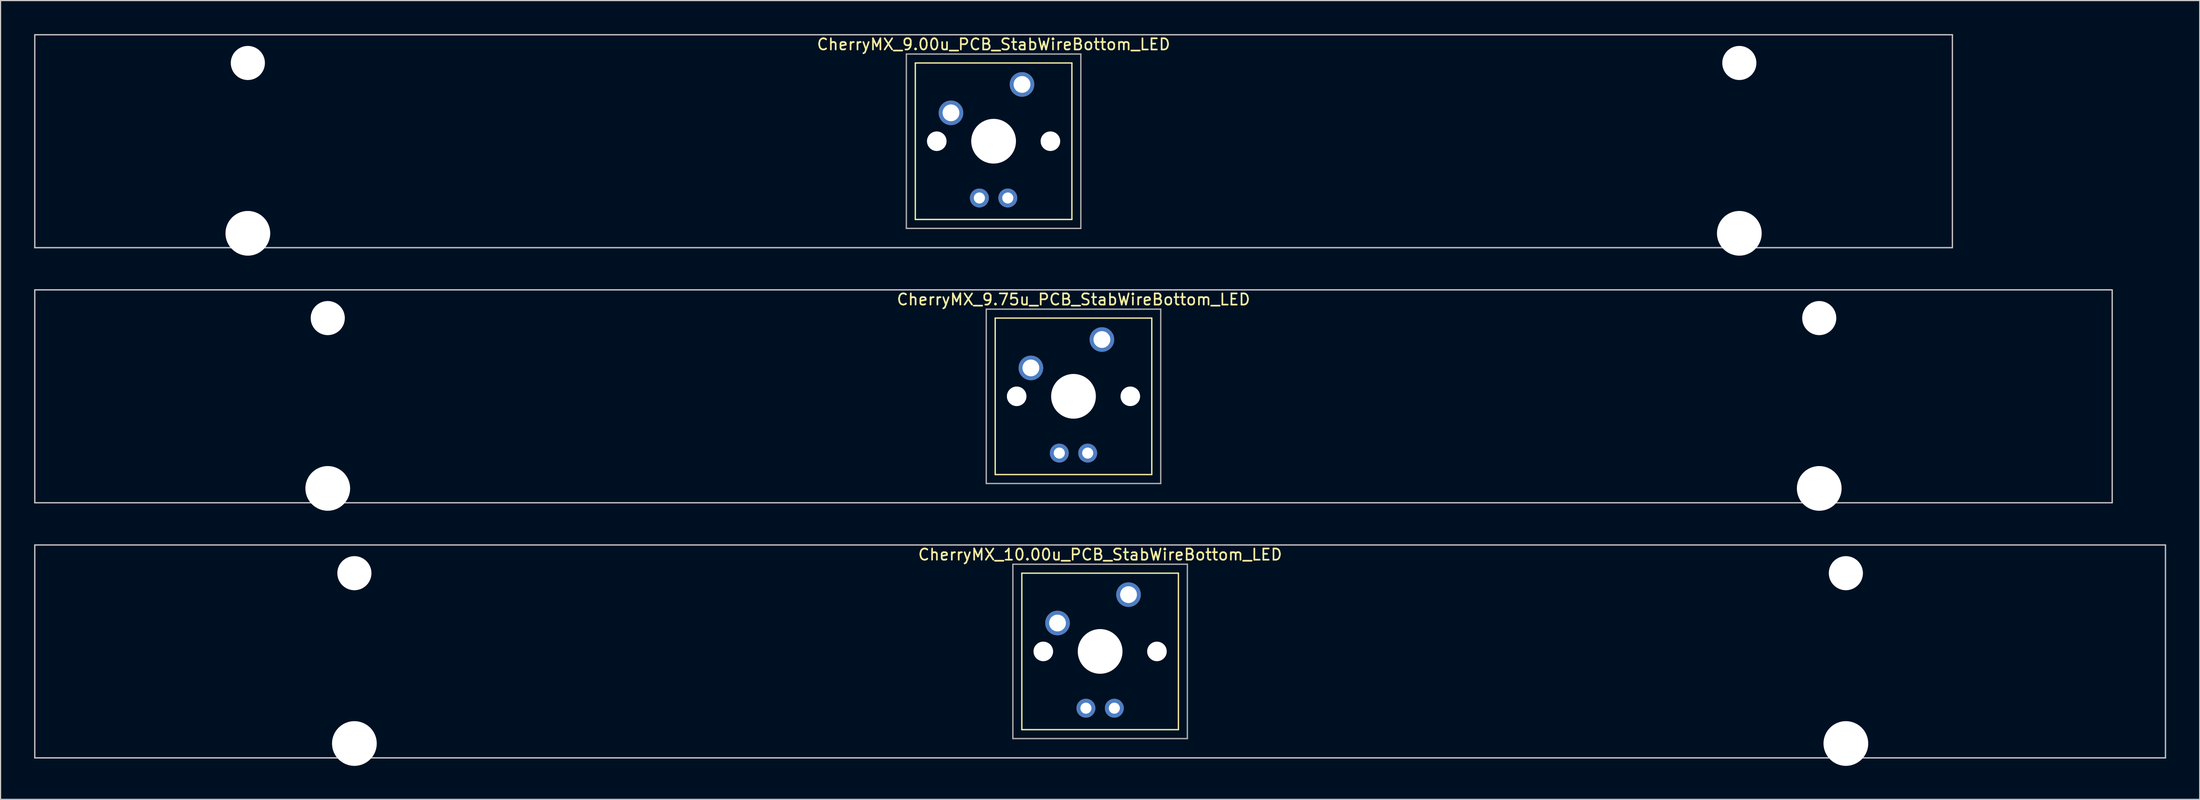
<source format=kicad_pcb>
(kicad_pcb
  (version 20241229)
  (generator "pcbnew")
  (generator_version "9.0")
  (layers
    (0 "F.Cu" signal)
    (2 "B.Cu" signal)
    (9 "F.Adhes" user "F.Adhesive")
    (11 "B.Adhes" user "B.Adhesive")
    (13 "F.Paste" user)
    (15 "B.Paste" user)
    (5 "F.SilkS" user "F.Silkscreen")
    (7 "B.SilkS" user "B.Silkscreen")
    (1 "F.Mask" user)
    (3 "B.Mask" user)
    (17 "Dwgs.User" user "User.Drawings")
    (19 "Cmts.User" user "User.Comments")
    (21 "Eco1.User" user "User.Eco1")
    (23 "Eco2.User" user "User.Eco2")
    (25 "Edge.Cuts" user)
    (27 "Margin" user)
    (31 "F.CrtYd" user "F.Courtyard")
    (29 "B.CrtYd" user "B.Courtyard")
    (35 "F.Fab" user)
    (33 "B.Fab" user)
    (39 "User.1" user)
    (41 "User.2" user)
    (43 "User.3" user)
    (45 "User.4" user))
  (footprint "CherryMX_10.00u_PCB_StabWireBottom_LED"
    (layer "F.Cu")
    (at 95.31 55.235)
    (property "Reference" "CherryMX_10.00u_PCB_StabWireBottom_LED" (at 0 -8.662 0) (layer "F.SilkS") (effects (font (size 1 1) (thickness 0.15))))
    (attr through_hole)
    (fp_line (start -7 -7) (end -7 7) (stroke (width 0.12) (type solid)) (layer "F.SilkS"))
    (fp_line (start -7 -7) (end 7 -7) (stroke (width 0.12) (type solid)) (layer "F.SilkS"))
    (fp_line (start 7 -7) (end 7 7) (stroke (width 0.12) (type solid)) (layer "F.SilkS"))
    (fp_line (start 7 7) (end -7 7) (stroke (width 0.12) (type solid)) (layer "F.SilkS"))
    (fp_line (start -95.25 -9.525) (end 95.25 -9.525) (stroke (width 0.12) (type solid)) (layer "Dwgs.User"))
    (fp_line (start -95.25 9.525) (end -95.25 -9.525) (stroke (width 0.12) (type solid)) (layer "Dwgs.User"))
    (fp_line (start 95.25 -9.525) (end 95.25 9.525) (stroke (width 0.12) (type solid)) (layer "Dwgs.User"))
    (fp_line (start 95.25 9.525) (end -95.25 9.525) (stroke (width 0.12) (type solid)) (layer "Dwgs.User"))
    (fp_line (start -7.8 -7.8) (end -7.8 7.8) (stroke (width 0.12) (type solid)) (layer "F.Fab"))
    (fp_line (start -7.8 -7.8) (end 7.8 -7.8) (stroke (width 0.12) (type solid)) (layer "F.Fab"))
    (fp_line (start -7.8 7.8) (end 7.8 7.8) (stroke (width 0.12) (type solid)) (layer "F.Fab"))
    (fp_line (start 7.8 -7.8) (end 7.8 7.8) (stroke (width 0.12) (type solid)) (layer "F.Fab"))
    (pad "" np_thru_hole circle (at -66.675 -7) (size 3.05 3.05) (drill 3.05) (layers "*.Cu" "*.Mask"))
    (pad "" np_thru_hole circle (at -66.675 8.24) (size 4 4) (drill 4) (layers "*.Cu" "*.Mask"))
    (pad "" np_thru_hole circle (at -5.08 0) (size 1.75 1.75) (drill 1.75) (layers "*.Cu" "*.Mask"))
    (pad "" np_thru_hole circle (at 0 0) (size 4 4) (drill 4) (layers "*.Cu" "*.Mask"))
    (pad "" np_thru_hole circle (at 5.08 0) (size 1.75 1.75) (drill 1.75) (layers "*.Cu" "*.Mask"))
    (pad "" np_thru_hole circle (at 66.675 -7) (size 3.05 3.05) (drill 3.05) (layers "*.Cu" "*.Mask"))
    (pad "" np_thru_hole circle (at 66.675 8.24) (size 4 4) (drill 4) (layers "*.Cu" "*.Mask"))
    (pad "1" thru_hole circle (at -3.81 -2.54) (size 2.2 2.2) (drill 1.5) (layers "*.Cu" "*.Mask"))
    (pad "2" thru_hole circle (at 2.54 -5.08) (size 2.2 2.2) (drill 1.5) (layers "*.Cu" "*.Mask"))
    (pad "3" thru_hole circle (at -1.27 5.08) (size 1.691 1.691) (drill 0.991) (layers "*.Cu" "*.Mask"))
    (pad "4" thru_hole circle (at 1.27 5.08) (size 1.691 1.691) (drill 0.991) (layers "*.Cu" "*.Mask")))
  (footprint "CherryMX_9.00u_PCB_StabWireBottom_LED"
    (layer "F.Cu")
    (at 85.785 9.585)
    (property "Reference" "CherryMX_9.00u_PCB_StabWireBottom_LED" (at 0 -8.662 0) (layer "F.SilkS") (effects (font (size 1 1) (thickness 0.15))))
    (attr through_hole)
    (fp_line (start -7 -7) (end -7 7) (stroke (width 0.12) (type solid)) (layer "F.SilkS"))
    (fp_line (start -7 -7) (end 7 -7) (stroke (width 0.12) (type solid)) (layer "F.SilkS"))
    (fp_line (start 7 -7) (end 7 7) (stroke (width 0.12) (type solid)) (layer "F.SilkS"))
    (fp_line (start 7 7) (end -7 7) (stroke (width 0.12) (type solid)) (layer "F.SilkS"))
    (fp_line (start -85.725 -9.525) (end 85.725 -9.525) (stroke (width 0.12) (type solid)) (layer "Dwgs.User"))
    (fp_line (start -85.725 9.525) (end -85.725 -9.525) (stroke (width 0.12) (type solid)) (layer "Dwgs.User"))
    (fp_line (start 85.725 -9.525) (end 85.725 9.525) (stroke (width 0.12) (type solid)) (layer "Dwgs.User"))
    (fp_line (start 85.725 9.525) (end -85.725 9.525) (stroke (width 0.12) (type solid)) (layer "Dwgs.User"))
    (fp_line (start -7.8 -7.8) (end -7.8 7.8) (stroke (width 0.12) (type solid)) (layer "F.Fab"))
    (fp_line (start -7.8 -7.8) (end 7.8 -7.8) (stroke (width 0.12) (type solid)) (layer "F.Fab"))
    (fp_line (start -7.8 7.8) (end 7.8 7.8) (stroke (width 0.12) (type solid)) (layer "F.Fab"))
    (fp_line (start 7.8 -7.8) (end 7.8 7.8) (stroke (width 0.12) (type solid)) (layer "F.Fab"))
    (pad "" np_thru_hole circle (at -66.675 -7) (size 3.05 3.05) (drill 3.05) (layers "*.Cu" "*.Mask"))
    (pad "" np_thru_hole circle (at -66.675 8.24) (size 4 4) (drill 4) (layers "*.Cu" "*.Mask"))
    (pad "" np_thru_hole circle (at -5.08 0) (size 1.75 1.75) (drill 1.75) (layers "*.Cu" "*.Mask"))
    (pad "" np_thru_hole circle (at 0 0) (size 4 4) (drill 4) (layers "*.Cu" "*.Mask"))
    (pad "" np_thru_hole circle (at 5.08 0) (size 1.75 1.75) (drill 1.75) (layers "*.Cu" "*.Mask"))
    (pad "" np_thru_hole circle (at 66.675 -7) (size 3.05 3.05) (drill 3.05) (layers "*.Cu" "*.Mask"))
    (pad "" np_thru_hole circle (at 66.675 8.24) (size 4 4) (drill 4) (layers "*.Cu" "*.Mask"))
    (pad "1" thru_hole circle (at -3.81 -2.54) (size 2.2 2.2) (drill 1.5) (layers "*.Cu" "*.Mask"))
    (pad "2" thru_hole circle (at 2.54 -5.08) (size 2.2 2.2) (drill 1.5) (layers "*.Cu" "*.Mask"))
    (pad "3" thru_hole circle (at -1.27 5.08) (size 1.691 1.691) (drill 0.991) (layers "*.Cu" "*.Mask"))
    (pad "4" thru_hole circle (at 1.27 5.08) (size 1.691 1.691) (drill 0.991) (layers "*.Cu" "*.Mask")))
  (footprint "CherryMX_9.75u_PCB_StabWireBottom_LED"
    (layer "F.Cu")
    (at 92.929 32.41)
    (property "Reference" "CherryMX_9.75u_PCB_StabWireBottom_LED" (at 0 -8.662 0) (layer "F.SilkS") (effects (font (size 1 1) (thickness 0.15))))
    (attr through_hole)
    (fp_line (start -7 -7) (end -7 7) (stroke (width 0.12) (type solid)) (layer "F.SilkS"))
    (fp_line (start -7 -7) (end 7 -7) (stroke (width 0.12) (type solid)) (layer "F.SilkS"))
    (fp_line (start 7 -7) (end 7 7) (stroke (width 0.12) (type solid)) (layer "F.SilkS"))
    (fp_line (start 7 7) (end -7 7) (stroke (width 0.12) (type solid)) (layer "F.SilkS"))
    (fp_line (start -92.869 -9.525) (end 92.869 -9.525) (stroke (width 0.12) (type solid)) (layer "Dwgs.User"))
    (fp_line (start -92.869 9.525) (end -92.869 -9.525) (stroke (width 0.12) (type solid)) (layer "Dwgs.User"))
    (fp_line (start 92.869 -9.525) (end 92.869 9.525) (stroke (width 0.12) (type solid)) (layer "Dwgs.User"))
    (fp_line (start 92.869 9.525) (end -92.869 9.525) (stroke (width 0.12) (type solid)) (layer "Dwgs.User"))
    (fp_line (start -7.8 -7.8) (end -7.8 7.8) (stroke (width 0.12) (type solid)) (layer "F.Fab"))
    (fp_line (start -7.8 -7.8) (end 7.8 -7.8) (stroke (width 0.12) (type solid)) (layer "F.Fab"))
    (fp_line (start -7.8 7.8) (end 7.8 7.8) (stroke (width 0.12) (type solid)) (layer "F.Fab"))
    (fp_line (start 7.8 -7.8) (end 7.8 7.8) (stroke (width 0.12) (type solid)) (layer "F.Fab"))
    (pad "" np_thru_hole circle (at -66.675 -7) (size 3.05 3.05) (drill 3.05) (layers "*.Cu" "*.Mask"))
    (pad "" np_thru_hole circle (at -66.675 8.24) (size 4 4) (drill 4) (layers "*.Cu" "*.Mask"))
    (pad "" np_thru_hole circle (at -5.08 0) (size 1.75 1.75) (drill 1.75) (layers "*.Cu" "*.Mask"))
    (pad "" np_thru_hole circle (at 0 0) (size 4 4) (drill 4) (layers "*.Cu" "*.Mask"))
    (pad "" np_thru_hole circle (at 5.08 0) (size 1.75 1.75) (drill 1.75) (layers "*.Cu" "*.Mask"))
    (pad "" np_thru_hole circle (at 66.675 -7) (size 3.05 3.05) (drill 3.05) (layers "*.Cu" "*.Mask"))
    (pad "" np_thru_hole circle (at 66.675 8.24) (size 4 4) (drill 4) (layers "*.Cu" "*.Mask"))
    (pad "1" thru_hole circle (at -3.81 -2.54) (size 2.2 2.2) (drill 1.5) (layers "*.Cu" "*.Mask"))
    (pad "2" thru_hole circle (at 2.54 -5.08) (size 2.2 2.2) (drill 1.5) (layers "*.Cu" "*.Mask"))
    (pad "3" thru_hole circle (at -1.27 5.08) (size 1.691 1.691) (drill 0.991) (layers "*.Cu" "*.Mask"))
    (pad "4" thru_hole circle (at 1.27 5.08) (size 1.691 1.691) (drill 0.991) (layers "*.Cu" "*.Mask")))
  (gr_rect
    (start -3 -3)
    (end 193.62 68.475)
    (stroke (width 0.1) (type default))
    (fill no)
    (layer "Edge.Cuts")))
</source>
